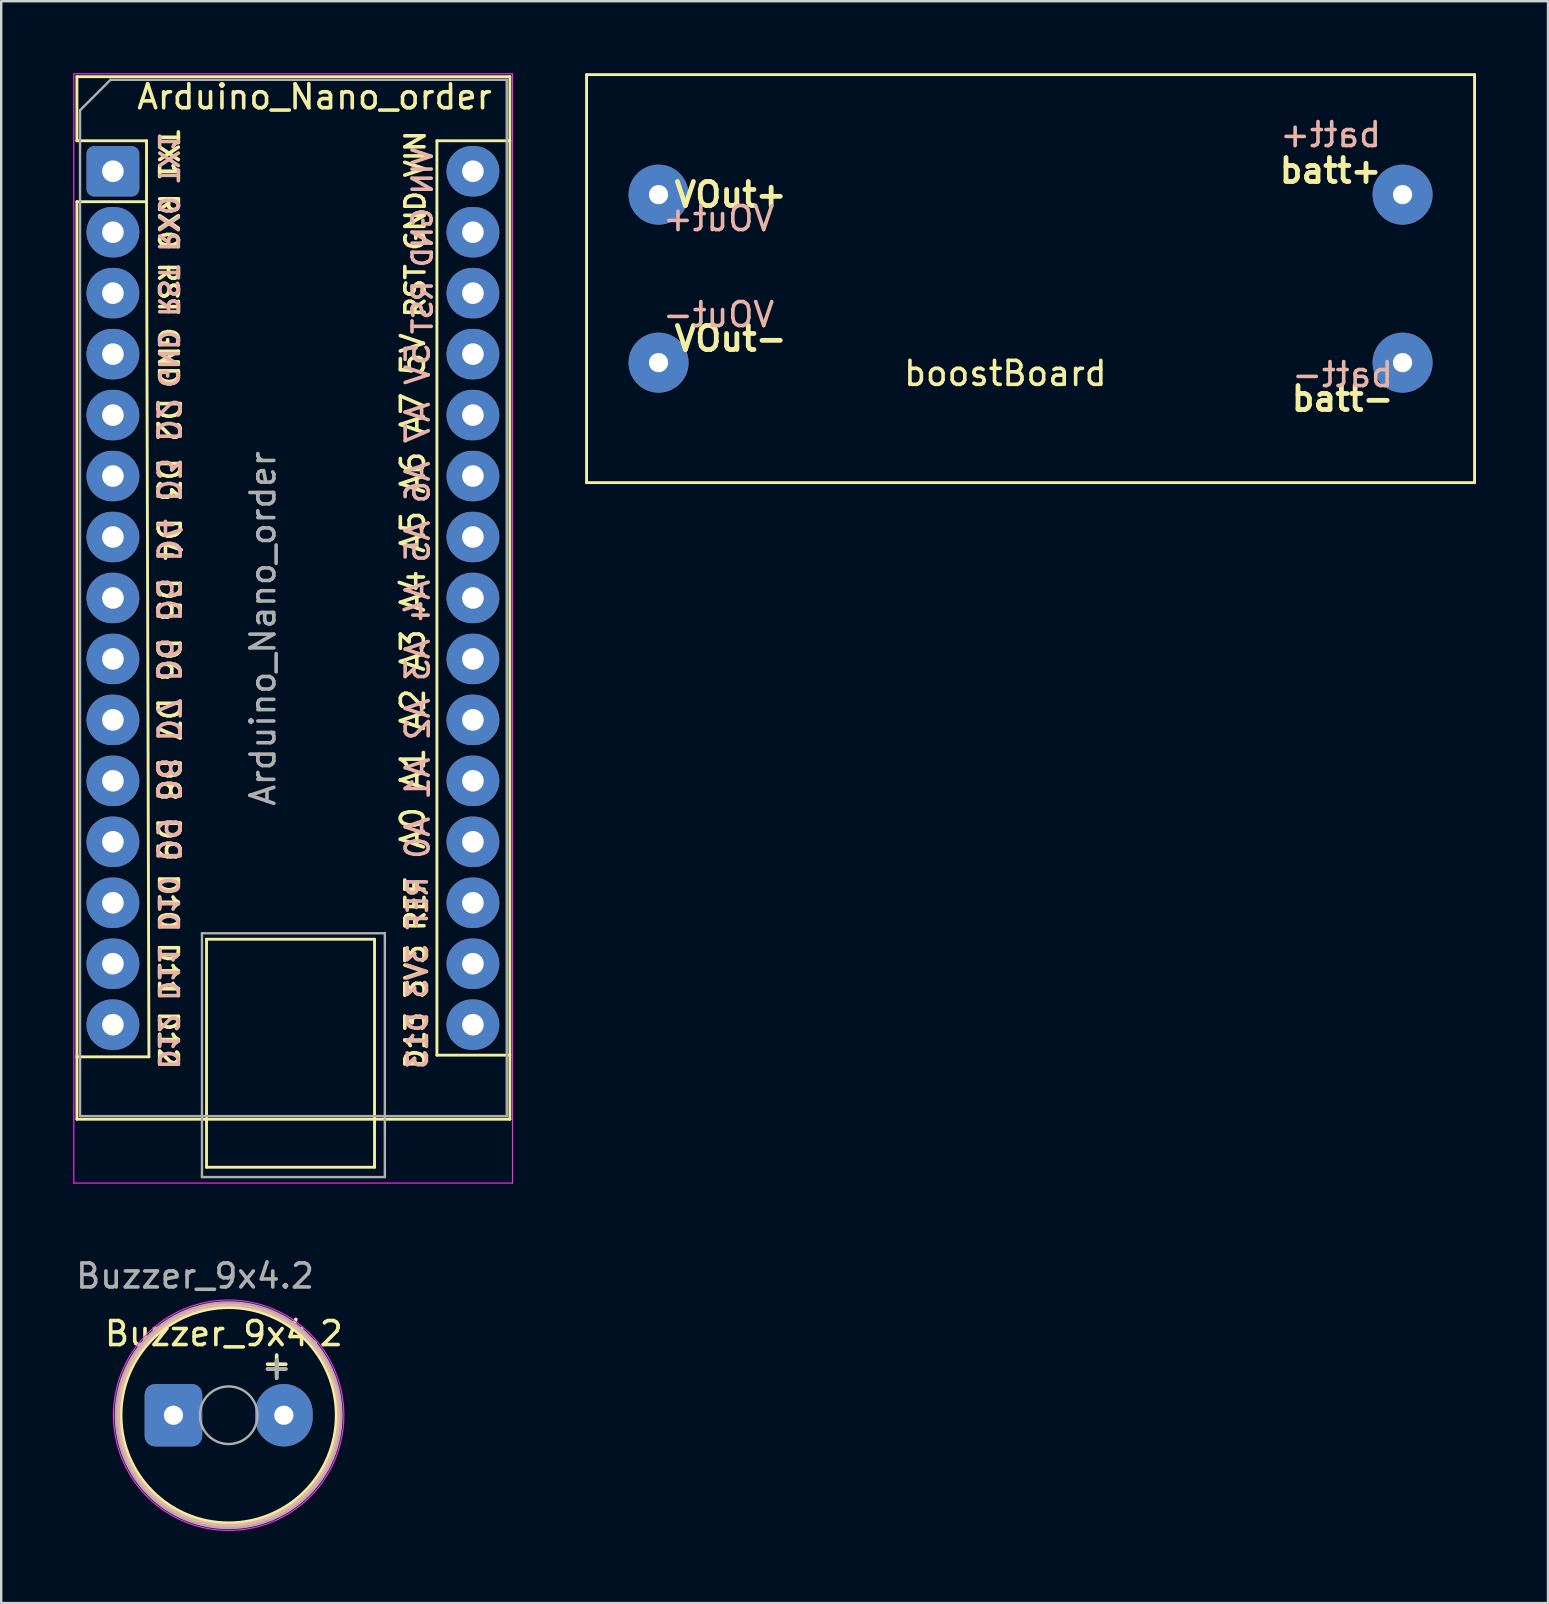
<source format=kicad_pcb>
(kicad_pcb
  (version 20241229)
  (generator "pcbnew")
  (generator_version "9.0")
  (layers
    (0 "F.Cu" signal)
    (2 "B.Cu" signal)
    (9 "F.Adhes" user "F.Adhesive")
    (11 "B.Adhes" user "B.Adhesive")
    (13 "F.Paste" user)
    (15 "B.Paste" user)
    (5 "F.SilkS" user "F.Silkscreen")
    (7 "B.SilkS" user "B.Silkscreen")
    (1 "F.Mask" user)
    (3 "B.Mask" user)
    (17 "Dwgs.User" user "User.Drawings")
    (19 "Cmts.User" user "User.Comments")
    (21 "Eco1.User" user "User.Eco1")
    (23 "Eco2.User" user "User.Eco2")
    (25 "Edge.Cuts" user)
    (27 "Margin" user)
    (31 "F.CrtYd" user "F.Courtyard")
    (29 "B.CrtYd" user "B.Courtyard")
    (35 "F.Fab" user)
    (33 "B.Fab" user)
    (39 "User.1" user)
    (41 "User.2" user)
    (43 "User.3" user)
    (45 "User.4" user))
  (footprint "boostBoard"
    (layer "F.Cu")
    (at 39.49 8.36)
    (property "Reference" "boostBoard" (at -0.65 4.15 180) (layer "F.SilkS") (effects (font (size 1 1) (thickness 0.15))))
    (attr through_hole)
    (fp_line (start -18.1 -8.3) (end -18.1 8.7) (stroke (width 0.12) (type solid)) (layer "F.SilkS"))
    (fp_line (start -18.1 8.7) (end 18.9 8.7) (stroke (width 0.12) (type solid)) (layer "F.SilkS"))
    (fp_line (start 18.9 -8.3) (end -18.1 -8.3) (stroke (width 0.12) (type solid)) (layer "F.SilkS"))
    (fp_line (start 18.9 8.7) (end 18.9 -8.3) (stroke (width 0.12) (type solid)) (layer "F.SilkS"))
    (fp_text user "VOut-" (at -12.1 2.7 180) (layer "F.SilkS") (effects (font (size 1 1) (thickness 0.2))))
    (fp_text user "VOut+" (at -12.1 -3.3 180) (layer "F.SilkS") (effects (font (size 1 1) (thickness 0.2))))
    (fp_text user "batt+" (at 12.9 -4.3 180) (layer "F.SilkS") (effects (font (size 1 1) (thickness 0.2))))
    (fp_text user "batt-" (at 13.4 5.2 180) (layer "F.SilkS") (effects (font (size 1 1) (thickness 0.2))))
    (fp_text user "batt-" (at 13.4 4.2 0) (layer "B.SilkS") (effects (font (size 1 1) (thickness 0.15)) (justify mirror)))
    (fp_text user "batt+" (at 12.9 -5.8 0) (layer "B.SilkS") (effects (font (size 1 1) (thickness 0.15)) (justify mirror)))
    (fp_text user "VOut+" (at -12.6 -2.3 0) (layer "B.SilkS") (effects (font (size 1 1) (thickness 0.15)) (justify mirror)))
    (fp_text user "VOut-" (at -12.6 1.7 0) (layer "B.SilkS") (effects (font (size 1 1) (thickness 0.15)) (justify mirror)))
    (pad "0" thru_hole circle (at 15.9 3.7) (size 2.5 2.5) (drill 0.8) (layers "*.Cu" "*.Mask"))
    (pad "1" thru_hole circle (at 15.9 -3.3) (size 2.5 2.5) (drill 0.8) (layers "*.Cu" "*.Mask"))
    (pad "2" thru_hole circle (at -15.1 -3.3) (size 2.5 2.5) (drill 0.8) (layers "*.Cu" "*.Mask"))
    (pad "3" thru_hole circle (at -15.1 3.7) (size 2.5 2.5) (drill 0.8) (layers "*.Cu" "*.Mask")))
  (footprint "Arduino_Nano_order"
    (layer "F.Cu")
    (at 1.555 4.085)
    (property "Reference" "Arduino_Nano_order" (at 8.5 -3.1 180) (layer "F.SilkS") (effects (font (size 1 1) (thickness 0.15))))
    (attr through_hole)
    (fp_line (start -1.4 -3.94) (end -1.4 -1.27) (stroke (width 0.12) (type solid)) (layer "F.SilkS"))
    (fp_line (start -1.4 1.27) (end -1.4 39.5) (stroke (width 0.12) (type solid)) (layer "F.SilkS"))
    (fp_line (start -1.4 39.5) (end 16.64 39.5) (stroke (width 0.12) (type solid)) (layer "F.SilkS"))
    (fp_line (start 1.5 -1.27) (end -1.4 -1.27) (stroke (width 0.12) (type solid)) (layer "F.SilkS"))
    (fp_line (start 1.5 1.27) (end -1.4 1.27) (stroke (width 0.12) (type solid)) (layer "F.SilkS"))
    (fp_line (start 1.5 1.27) (end 1.5 -1.27) (stroke (width 0.12) (type solid)) (layer "F.SilkS"))
    (fp_line (start 1.5 1.27) (end 1.6 36.9) (stroke (width 0.12) (type solid)) (layer "F.SilkS"))
    (fp_line (start 1.6 36.9) (end -1.4 36.9) (stroke (width 0.12) (type solid)) (layer "F.SilkS"))
    (fp_line (start 4 32) (end 11 32) (stroke (width 0.12) (type solid)) (layer "F.SilkS"))
    (fp_line (start 4 41.5) (end 4 32) (stroke (width 0.12) (type solid)) (layer "F.SilkS"))
    (fp_line (start 11 32) (end 11 41.5) (stroke (width 0.12) (type solid)) (layer "F.SilkS"))
    (fp_line (start 11 41.5) (end 4 41.5) (stroke (width 0.12) (type solid)) (layer "F.SilkS"))
    (fp_line (start 13.6 -1.27) (end 13.6 36.83) (stroke (width 0.12) (type solid)) (layer "F.SilkS"))
    (fp_line (start 13.6 -1.27) (end 16.64 -1.27) (stroke (width 0.12) (type solid)) (layer "F.SilkS"))
    (fp_line (start 13.6 36.83) (end 16.64 36.83) (stroke (width 0.12) (type solid)) (layer "F.SilkS"))
    (fp_line (start 16.64 -3.94) (end -1.4 -3.94) (stroke (width 0.12) (type solid)) (layer "F.SilkS"))
    (fp_line (start 16.64 39.5) (end 16.64 -3.94) (stroke (width 0.12) (type solid)) (layer "F.SilkS"))
    (fp_line (start -1.53 -4.06) (end -1.53 42.16) (stroke (width 0.05) (type solid)) (layer "F.CrtYd"))
    (fp_line (start -1.53 -4.06) (end 16.75 -4.06) (stroke (width 0.05) (type solid)) (layer "F.CrtYd"))
    (fp_line (start 16.75 42.16) (end -1.53 42.16) (stroke (width 0.05) (type solid)) (layer "F.CrtYd"))
    (fp_line (start 16.75 42.16) (end 16.75 -4.06) (stroke (width 0.05) (type solid)) (layer "F.CrtYd"))
    (fp_line (start -1.27 -2.54) (end 0 -3.81) (stroke (width 0.1) (type solid)) (layer "F.Fab"))
    (fp_line (start -1.27 39.37) (end -1.27 -2.54) (stroke (width 0.1) (type solid)) (layer "F.Fab"))
    (fp_line (start 0 -3.81) (end 16.51 -3.81) (stroke (width 0.1) (type solid)) (layer "F.Fab"))
    (fp_line (start 3.81 31.75) (end 11.43 31.75) (stroke (width 0.1) (type solid)) (layer "F.Fab"))
    (fp_line (start 3.81 41.91) (end 3.81 31.75) (stroke (width 0.1) (type solid)) (layer "F.Fab"))
    (fp_line (start 11.43 31.75) (end 11.43 41.91) (stroke (width 0.1) (type solid)) (layer "F.Fab"))
    (fp_line (start 11.43 41.91) (end 3.81 41.91) (stroke (width 0.1) (type solid)) (layer "F.Fab"))
    (fp_line (start 16.51 -3.81) (end 16.51 39.37) (stroke (width 0.1) (type solid)) (layer "F.Fab"))
    (fp_line (start 16.51 39.37) (end -1.27 39.37) (stroke (width 0.1) (type solid)) (layer "F.Fab"))
    (fp_text user "D10 D11 D12" (at 2.4 33.3 270) (unlocked yes) (layer "F.SilkS") (effects (font (size 0.78 0.78) (thickness 0.15))))
    (fp_text user "D13 3V3 REF" (at 12.7 33.4 90) (layer "F.SilkS") (effects (font (size 0.8 0.8) (thickness 0.15))))
    (fp_text user "RST GND VIN" (at 12.7 2.2 90) (layer "F.SilkS") (effects (font (size 0.8 0.8) (thickness 0.15))))
    (fp_text user "D2 D3 D4 D5 D6 D7 D8 D9" (at 2.4 19.1 270) (unlocked yes) (layer "F.SilkS") (effects (font (size 0.92 0.92) (thickness 0.15))))
    (fp_text user "A0 A1 A2 A3 A4 A5 A6 A7 5V" (at 12.6 17.5 270) (layer "F.SilkS") (effects (font (size 0.96 0.96) (thickness 0.15))))
    (fp_text user "TX1 RX0 RST GND" (at 2.4 3.6 270) (unlocked yes) (layer "F.SilkS") (effects (font (size 0.78 0.78) (thickness 0.15))))
    (fp_text user "REF 3V3 D13" (at 12.8 33.4 90) (layer "B.SilkS") (effects (font (size 0.8 0.8) (thickness 0.15)) (justify mirror)))
    (fp_text user "GND RST RX0 TX1" (at 2.4 3.7 270) (unlocked yes) (layer "B.SilkS") (effects (font (size 0.78 0.78) (thickness 0.15)) (justify mirror)))
    (fp_text user "VIN GND RST" (at 13 2.9 90) (layer "B.SilkS") (effects (font (size 0.8 0.8) (thickness 0.15)) (justify mirror)))
    (fp_text user "D9 D8 D7 D6 D5 D4 D3 D2" (at 2.4 19.1 270) (unlocked yes) (layer "B.SilkS") (effects (font (size 0.92 0.92) (thickness 0.15)) (justify mirror)))
    (fp_text user "5V A7 A6 A5 A4 A3 A2 A1 A0" (at 12.8 17.9 90) (layer "B.SilkS") (effects (font (size 0.96 0.96) (thickness 0.15)) (justify mirror)))
    (fp_text user "D12 D11 D10" (at 2.4 33.4 270) (unlocked yes) (layer "B.SilkS") (effects (font (size 0.78 0.78) (thickness 0.15)) (justify mirror)))
    (fp_text user "${REFERENCE}" (at 6.35 19.05 90) (layer "F.Fab") (effects (font (size 1 1) (thickness 0.15))))
    (pad "1" thru_hole roundrect (at 0.1 0) (size 2.2 2.1) (drill 0.9) (layers "*.Cu" "*.Mask") (roundrect_rratio 0.15))
    (pad "2" thru_hole oval (at 0.1 2.54) (size 2.2 2.1) (drill 0.9) (layers "*.Cu" "*.Mask"))
    (pad "3" thru_hole oval (at 0.1 5.08) (size 2.2 2.1) (drill 0.9) (layers "*.Cu" "*.Mask"))
    (pad "4" thru_hole oval (at 0.1 7.62) (size 2.2 2.1) (drill 0.9) (layers "*.Cu" "*.Mask"))
    (pad "5" thru_hole oval (at 0.1 10.16) (size 2.2 2.1) (drill 0.9) (layers "*.Cu" "*.Mask"))
    (pad "6" thru_hole oval (at 0.1 12.7) (size 2.2 2.1) (drill 0.9) (layers "*.Cu" "*.Mask"))
    (pad "7" thru_hole oval (at 0.1 15.24) (size 2.2 2.1) (drill 0.9) (layers "*.Cu" "*.Mask"))
    (pad "8" thru_hole oval (at 0.1 17.78) (size 2.2 2.1) (drill 0.9) (layers "*.Cu" "*.Mask"))
    (pad "9" thru_hole oval (at 0.1 20.32) (size 2.2 2.1) (drill 0.9) (layers "*.Cu" "*.Mask"))
    (pad "10" thru_hole oval (at 0.1 22.86) (size 2.2 2.1) (drill 0.9) (layers "*.Cu" "*.Mask"))
    (pad "11" thru_hole oval (at 0.1 25.4) (size 2.2 2.1) (drill 0.9) (layers "*.Cu" "*.Mask"))
    (pad "12" thru_hole oval (at 0.1 27.94) (size 2.2 2.1) (drill 0.9) (layers "*.Cu" "*.Mask"))
    (pad "13" thru_hole oval (at 0.1 30.48) (size 2.2 2.1) (drill 0.9) (layers "*.Cu" "*.Mask"))
    (pad "14" thru_hole oval (at 0.1 33.02) (size 2.2 2.1) (drill 0.9) (layers "*.Cu" "*.Mask"))
    (pad "15" thru_hole oval (at 0.1 35.56) (size 2.2 2.1) (drill 0.9) (layers "*.Cu" "*.Mask"))
    (pad "16" thru_hole oval (at 15.1 35.56) (size 2.2 2.1) (drill 0.9) (layers "*.Cu" "*.Mask"))
    (pad "17" thru_hole oval (at 15.1 33.02) (size 2.2 2.1) (drill 0.9) (layers "*.Cu" "*.Mask"))
    (pad "18" thru_hole oval (at 15.1 30.48) (size 2.2 2.1) (drill 0.9) (layers "*.Cu" "*.Mask"))
    (pad "19" thru_hole oval (at 15.1 27.94) (size 2.2 2.1) (drill 0.9) (layers "*.Cu" "*.Mask"))
    (pad "20" thru_hole oval (at 15.1 25.4) (size 2.2 2.1) (drill 0.9) (layers "*.Cu" "*.Mask"))
    (pad "21" thru_hole oval (at 15.1 22.86) (size 2.2 2.1) (drill 0.9) (layers "*.Cu" "*.Mask"))
    (pad "22" thru_hole oval (at 15.1 20.32) (size 2.2 2.1) (drill 0.9) (layers "*.Cu" "*.Mask"))
    (pad "23" thru_hole oval (at 15.1 17.78) (size 2.2 2.1) (drill 0.9) (layers "*.Cu" "*.Mask"))
    (pad "24" thru_hole oval (at 15.1 15.24) (size 2.2 2.1) (drill 0.9) (layers "*.Cu" "*.Mask"))
    (pad "25" thru_hole oval (at 15.1 12.7) (size 2.2 2.1) (drill 0.9) (layers "*.Cu" "*.Mask"))
    (pad "26" thru_hole oval (at 15.1 10.16) (size 2.2 2.1) (drill 0.9) (layers "*.Cu" "*.Mask"))
    (pad "27" thru_hole oval (at 15.1 7.62) (size 2.2 2.1) (drill 0.9) (layers "*.Cu" "*.Mask"))
    (pad "28" thru_hole oval (at 15.1 5.08) (size 2.2 2.1) (drill 0.9) (layers "*.Cu" "*.Mask"))
    (pad "29" thru_hole oval (at 15.1 2.54) (size 2.2 2.1) (drill 0.9) (layers "*.Cu" "*.Mask"))
    (pad "30" thru_hole oval (at 15.1 0) (size 2.2 2.1) (drill 0.9) (layers "*.Cu" "*.Mask")))
  (footprint "Buzzer_9x4.2"
    (layer "F.Cu")
    (at 6.477 55.918)
    (property "Reference" "Buzzer_9x4.2" (at -0.2 -3.4 0) (layer "F.SilkS") (effects (font (size 1 1) (thickness 0.15))))
    (attr through_hole)
    (fp_circle (center 0 0) (end 4.5 0) (stroke (width 0.15) (type solid)) (fill no) (layer "F.SilkS"))
    (fp_circle (center 0 0) (end 4.6 0) (stroke (width 0.15) (type solid)) (fill no) (layer "B.SilkS"))
    (fp_circle (center 0 0) (end 4.8 0) (stroke (width 0.05) (type solid)) (fill no) (layer "F.CrtYd"))
    (fp_circle (center 0 0) (end 1.2 0) (stroke (width 0.1) (type solid)) (fill no) (layer "F.Fab"))
    (fp_circle (center 0 0) (end 4.7 0) (stroke (width 0.1) (type solid)) (fill no) (layer "F.Fab"))
    (fp_text user "+" (at 2 -2.2 0) (layer "F.SilkS") (effects (font (size 1 1) (thickness 0.15))))
    (fp_text user "+" (at 2 -2 0) (layer "B.SilkS") (effects (font (size 1 1) (thickness 0.15)) (justify mirror)))
    (fp_text user "+" (at 2 -2 0) (layer "F.Fab") (effects (font (size 1 1) (thickness 0.15))))
    (fp_text user "${REFERENCE}" (at -1.4 -5.8 0) (layer "F.Fab") (effects (font (size 1 1) (thickness 0.15))))
    (pad "1" thru_hole roundrect (at -2.3 0) (size 2.4 2.6) (drill 0.8) (layers "*.Cu" "*.Mask") (roundrect_rratio 0.18))
    (pad "2" thru_hole oval (at 2.3 0) (size 2.4 2.6) (drill 0.8) (layers "*.Cu" "*.Mask")))
  (gr_rect
    (start -3 -3)
    (end 61.45 63.743)
    (stroke (width 0.1) (type default))
    (fill no)
    (layer "Edge.Cuts")))
</source>
